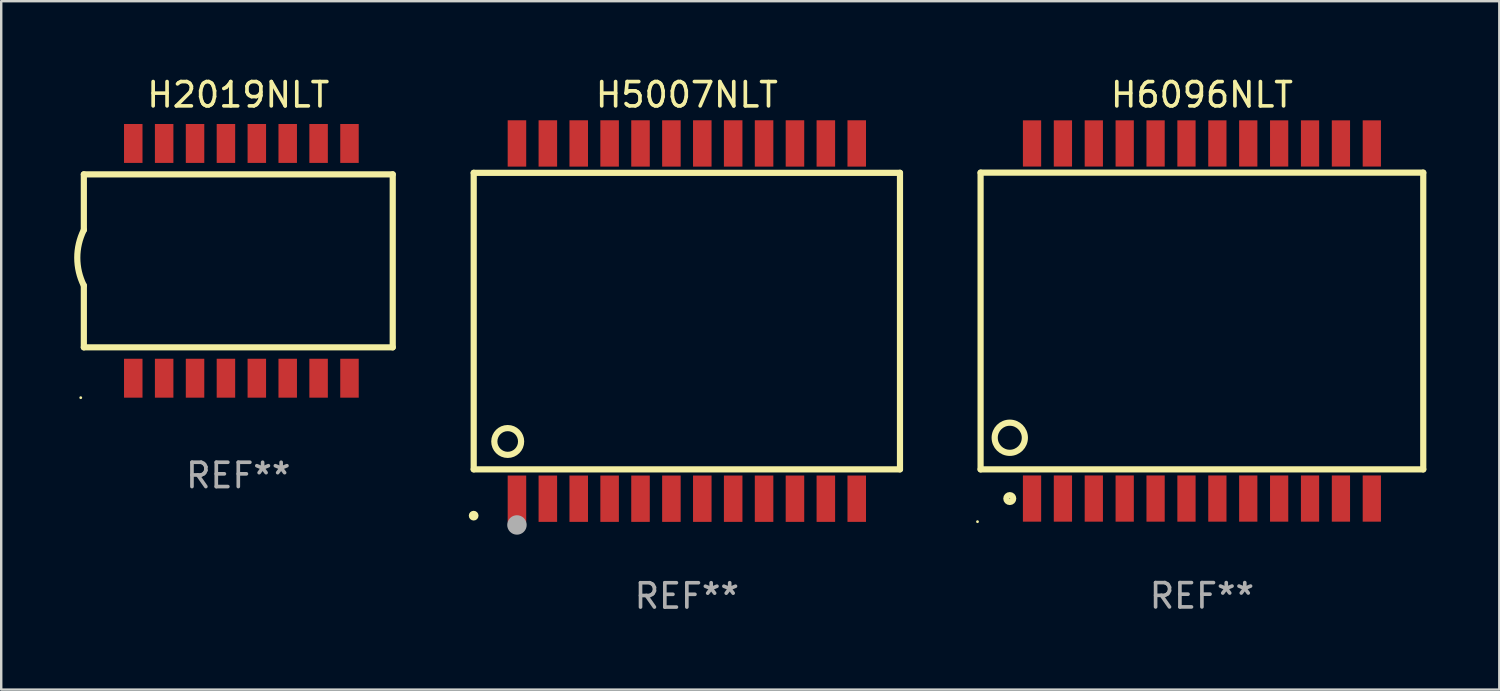
<source format=kicad_pcb>
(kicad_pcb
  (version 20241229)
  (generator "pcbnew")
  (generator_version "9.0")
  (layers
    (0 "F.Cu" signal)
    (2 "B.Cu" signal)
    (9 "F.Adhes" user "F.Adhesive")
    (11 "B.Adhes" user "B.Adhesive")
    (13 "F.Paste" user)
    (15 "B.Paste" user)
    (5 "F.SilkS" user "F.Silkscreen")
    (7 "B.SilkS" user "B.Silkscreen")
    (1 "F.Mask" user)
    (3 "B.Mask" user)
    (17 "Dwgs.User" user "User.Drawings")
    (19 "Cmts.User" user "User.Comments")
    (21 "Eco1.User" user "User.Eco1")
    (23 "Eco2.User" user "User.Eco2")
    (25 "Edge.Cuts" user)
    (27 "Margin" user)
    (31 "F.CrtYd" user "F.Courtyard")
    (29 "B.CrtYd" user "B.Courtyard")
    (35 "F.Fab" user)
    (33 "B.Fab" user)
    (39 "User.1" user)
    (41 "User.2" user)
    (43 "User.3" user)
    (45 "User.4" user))
  (footprint "H6096NLT"
    (layer "F.Cu")
    (at 46.366 10.148)
    (property "Reference" "H6096NLT" (at 0 -9.3 0) (layer "F.SilkS") (effects (font (size 1 1) (thickness 0.15))))
    (attr through_hole)
    (fp_line (start -9.1 -6.1) (end -9.1 6.1) (stroke (width 0.254) (type solid)) (layer "F.SilkS"))
    (fp_line (start -9.1 -6.1) (end 9.1 -6.1) (stroke (width 0.254) (type solid)) (layer "F.SilkS"))
    (fp_line (start -9.1 6.1) (end 9.1 6.1) (stroke (width 0.254) (type solid)) (layer "F.SilkS"))
    (fp_line (start 9.1 -6.1) (end 9.1 6.1) (stroke (width 0.254) (type solid)) (layer "F.SilkS"))
    (fp_circle (center -9.227 8.25) (end -9.197 8.25) (stroke (width 0.06) (type solid)) (fill no) (layer "F.SilkS"))
    (fp_circle (center -7.9 4.8) (end -7.28 4.8) (stroke (width 0.254) (type solid)) (fill no) (layer "F.SilkS"))
    (fp_circle (center -7.9 7.3) (end -7.759 7.3) (stroke (width 0.254) (type solid)) (fill no) (layer "F.SilkS"))
    (fp_text user "REF**" (at 0 11.3 0) (layer "F.Fab") (effects (font (size 1 1) (thickness 0.15))))
    (pad "1" smd rect (at -6.985 7.3 90) (size 1.9 0.75) (layers "F.Cu" "F.Mask" "F.Paste"))
    (pad "2" smd rect (at -5.715 7.3 90) (size 1.9 0.75) (layers "F.Cu" "F.Mask" "F.Paste"))
    (pad "3" smd rect (at -4.445 7.3 90) (size 1.9 0.75) (layers "F.Cu" "F.Mask" "F.Paste"))
    (pad "4" smd rect (at -3.175 7.3 90) (size 1.9 0.75) (layers "F.Cu" "F.Mask" "F.Paste"))
    (pad "5" smd rect (at -1.905 7.3 90) (size 1.9 0.75) (layers "F.Cu" "F.Mask" "F.Paste"))
    (pad "6" smd rect (at -0.635 7.3 90) (size 1.9 0.75) (layers "F.Cu" "F.Mask" "F.Paste"))
    (pad "7" smd rect (at 0.635 7.3 90) (size 1.9 0.75) (layers "F.Cu" "F.Mask" "F.Paste"))
    (pad "8" smd rect (at 1.905 7.3 90) (size 1.9 0.75) (layers "F.Cu" "F.Mask" "F.Paste"))
    (pad "9" smd rect (at 3.175 7.3 90) (size 1.9 0.75) (layers "F.Cu" "F.Mask" "F.Paste"))
    (pad "10" smd rect (at 4.445 7.3 90) (size 1.9 0.75) (layers "F.Cu" "F.Mask" "F.Paste"))
    (pad "11" smd rect (at 5.715 7.3 90) (size 1.9 0.75) (layers "F.Cu" "F.Mask" "F.Paste"))
    (pad "12" smd rect (at 6.985 7.3 90) (size 1.9 0.75) (layers "F.Cu" "F.Mask" "F.Paste"))
    (pad "13" smd rect (at 6.985 -7.3 90) (size 1.9 0.75) (layers "F.Cu" "F.Mask" "F.Paste"))
    (pad "14" smd rect (at 5.715 -7.3 90) (size 1.9 0.75) (layers "F.Cu" "F.Mask" "F.Paste"))
    (pad "15" smd rect (at 4.445 -7.3 90) (size 1.9 0.75) (layers "F.Cu" "F.Mask" "F.Paste"))
    (pad "16" smd rect (at 3.175 -7.3 90) (size 1.9 0.75) (layers "F.Cu" "F.Mask" "F.Paste"))
    (pad "17" smd rect (at 1.905 -7.3 90) (size 1.9 0.75) (layers "F.Cu" "F.Mask" "F.Paste"))
    (pad "18" smd rect (at 0.635 -7.3 90) (size 1.9 0.75) (layers "F.Cu" "F.Mask" "F.Paste"))
    (pad "19" smd rect (at -0.635 -7.3 90) (size 1.9 0.75) (layers "F.Cu" "F.Mask" "F.Paste"))
    (pad "20" smd rect (at -1.905 -7.3 90) (size 1.9 0.75) (layers "F.Cu" "F.Mask" "F.Paste"))
    (pad "21" smd rect (at -3.175 -7.3 90) (size 1.9 0.75) (layers "F.Cu" "F.Mask" "F.Paste"))
    (pad "22" smd rect (at -4.445 -7.3 90) (size 1.9 0.75) (layers "F.Cu" "F.Mask" "F.Paste"))
    (pad "23" smd rect (at -5.715 -7.3 90) (size 1.9 0.75) (layers "F.Cu" "F.Mask" "F.Paste"))
    (pad "24" smd rect (at -6.985 -7.3 90) (size 1.9 0.75) (layers "F.Cu" "F.Mask" "F.Paste")))
  (footprint "H5007NLT"
    (layer "F.Cu")
    (at 25.189 10.151)
    (property "Reference" "H5007NLT" (at 0 -9.303 0) (layer "F.SilkS") (effects (font (size 1 1) (thickness 0.15))))
    (attr through_hole)
    (fp_line (start -8.763 6.096) (end -8.763 -6.096) (stroke (width 0.254) (type solid)) (layer "F.SilkS"))
    (fp_line (start 8.763 -6.096) (end -8.763 -6.096) (stroke (width 0.254) (type solid)) (layer "F.SilkS"))
    (fp_line (start 8.763 6.096) (end -8.763 6.096) (stroke (width 0.254) (type solid)) (layer "F.SilkS"))
    (fp_line (start 8.763 6.096) (end 8.763 -6.096) (stroke (width 0.254) (type solid)) (layer "F.SilkS"))
    (fp_circle (center -8.765 8) (end -8.665 8) (stroke (width 0.2) (type solid)) (fill no) (layer "F.SilkS"))
    (fp_circle (center -7.365 4.95) (end -6.814 4.95) (stroke (width 0.254) (type solid)) (fill no) (layer "F.SilkS"))
    (fp_circle (center -6.985 8.382) (end -6.785 8.382) (stroke (width 0.4) (type solid)) (fill no) (layer "F.Fab"))
    (fp_text user "REF**" (at 0 11.303 0) (layer "F.Fab") (effects (font (size 1 1) (thickness 0.15))))
    (pad "1" smd rect (at -6.985 7.303) (size 0.762 1.905) (layers "F.Cu" "F.Mask" "F.Paste"))
    (pad "2" smd rect (at -5.715 7.303) (size 0.762 1.905) (layers "F.Cu" "F.Mask" "F.Paste"))
    (pad "3" smd rect (at -4.445 7.303) (size 0.762 1.905) (layers "F.Cu" "F.Mask" "F.Paste"))
    (pad "4" smd rect (at -3.175 7.303) (size 0.762 1.905) (layers "F.Cu" "F.Mask" "F.Paste"))
    (pad "5" smd rect (at -1.905 7.303) (size 0.762 1.905) (layers "F.Cu" "F.Mask" "F.Paste"))
    (pad "6" smd rect (at -0.635 7.303) (size 0.762 1.905) (layers "F.Cu" "F.Mask" "F.Paste"))
    (pad "7" smd rect (at 0.635 7.303) (size 0.762 1.905) (layers "F.Cu" "F.Mask" "F.Paste"))
    (pad "8" smd rect (at 1.905 7.303) (size 0.762 1.905) (layers "F.Cu" "F.Mask" "F.Paste"))
    (pad "9" smd rect (at 3.175 7.303) (size 0.762 1.905) (layers "F.Cu" "F.Mask" "F.Paste"))
    (pad "10" smd rect (at 4.445 7.303) (size 0.762 1.905) (layers "F.Cu" "F.Mask" "F.Paste"))
    (pad "11" smd rect (at 5.715 7.303) (size 0.762 1.905) (layers "F.Cu" "F.Mask" "F.Paste"))
    (pad "12" smd rect (at 6.985 7.303) (size 0.762 1.905) (layers "F.Cu" "F.Mask" "F.Paste"))
    (pad "13" smd rect (at 6.985 -7.303) (size 0.762 1.905) (layers "F.Cu" "F.Mask" "F.Paste"))
    (pad "14" smd rect (at 5.715 -7.303) (size 0.762 1.905) (layers "F.Cu" "F.Mask" "F.Paste"))
    (pad "15" smd rect (at 4.445 -7.303) (size 0.762 1.905) (layers "F.Cu" "F.Mask" "F.Paste"))
    (pad "16" smd rect (at 3.175 -7.303) (size 0.762 1.905) (layers "F.Cu" "F.Mask" "F.Paste"))
    (pad "17" smd rect (at 1.905 -7.303) (size 0.762 1.905) (layers "F.Cu" "F.Mask" "F.Paste"))
    (pad "18" smd rect (at 0.635 -7.303) (size 0.762 1.905) (layers "F.Cu" "F.Mask" "F.Paste"))
    (pad "19" smd rect (at -0.635 -7.303) (size 0.762 1.905) (layers "F.Cu" "F.Mask" "F.Paste"))
    (pad "20" smd rect (at -1.905 -7.303) (size 0.762 1.905) (layers "F.Cu" "F.Mask" "F.Paste"))
    (pad "21" smd rect (at -3.175 -7.303) (size 0.762 1.905) (layers "F.Cu" "F.Mask" "F.Paste"))
    (pad "22" smd rect (at -4.445 -7.303) (size 0.762 1.905) (layers "F.Cu" "F.Mask" "F.Paste"))
    (pad "23" smd rect (at -5.715 -7.303) (size 0.762 1.905) (layers "F.Cu" "F.Mask" "F.Paste"))
    (pad "24" smd rect (at -6.985 -7.303) (size 0.762 1.905) (layers "F.Cu" "F.Mask" "F.Paste")))
  (footprint "H2019NLT"
    (layer "F.Cu")
    (at 6.747 7.674)
    (property "Reference" "H2019NLT" (at 0 -6.826 0) (layer "F.SilkS") (effects (font (size 1 1) (thickness 0.15))))
    (attr through_hole)
    (fp_line (start -6.35 -3.556) (end 6.35 -3.556) (stroke (width 0.254) (type solid)) (layer "F.SilkS"))
    (fp_line (start -6.35 -1.27) (end -6.35 -3.556) (stroke (width 0.254) (type solid)) (layer "F.SilkS"))
    (fp_line (start -6.35 3.556) (end -6.35 1.016) (stroke (width 0.254) (type solid)) (layer "F.SilkS"))
    (fp_line (start 6.35 -3.556) (end 6.35 3.556) (stroke (width 0.254) (type solid)) (layer "F.SilkS"))
    (fp_line (start 6.35 3.556) (end -6.35 3.556) (stroke (width 0.254) (type solid)) (layer "F.SilkS"))
    (fp_arc (start -6.350013 1.016002) (mid -6.619839 -0.127) (end -6.350013 -1.270003) (stroke (width 0.254001) (type solid)) (layer "F.SilkS"))
    (fp_circle (center -6.477 5.626) (end -6.447 5.626) (stroke (width 0.06) (type solid)) (fill no) (layer "F.SilkS"))
    (fp_text user "REF**" (at 0 8.826 0) (layer "F.Fab") (effects (font (size 1 1) (thickness 0.15))))
    (pad "1" smd rect (at -4.318 4.826) (size 0.76 1.6) (layers "F.Cu" "F.Mask" "F.Paste"))
    (pad "2" smd rect (at -3.048 4.826) (size 0.76 1.6) (layers "F.Cu" "F.Mask" "F.Paste"))
    (pad "3" smd rect (at -1.778 4.826) (size 0.76 1.6) (layers "F.Cu" "F.Mask" "F.Paste"))
    (pad "4" smd rect (at -0.508 4.826) (size 0.76 1.6) (layers "F.Cu" "F.Mask" "F.Paste"))
    (pad "5" smd rect (at 0.762 4.826) (size 0.76 1.6) (layers "F.Cu" "F.Mask" "F.Paste"))
    (pad "6" smd rect (at 2.032 4.826) (size 0.76 1.6) (layers "F.Cu" "F.Mask" "F.Paste"))
    (pad "7" smd rect (at 3.302 4.826) (size 0.76 1.6) (layers "F.Cu" "F.Mask" "F.Paste"))
    (pad "8" smd rect (at 4.572 4.826) (size 0.76 1.6) (layers "F.Cu" "F.Mask" "F.Paste"))
    (pad "9" smd rect (at 4.572 -4.826) (size 0.76 1.6) (layers "F.Cu" "F.Mask" "F.Paste"))
    (pad "10" smd rect (at 3.302 -4.826) (size 0.76 1.6) (layers "F.Cu" "F.Mask" "F.Paste"))
    (pad "11" smd rect (at 2.032 -4.826) (size 0.76 1.6) (layers "F.Cu" "F.Mask" "F.Paste"))
    (pad "12" smd rect (at 0.762 -4.826) (size 0.76 1.6) (layers "F.Cu" "F.Mask" "F.Paste"))
    (pad "13" smd rect (at -0.508 -4.826) (size 0.76 1.6) (layers "F.Cu" "F.Mask" "F.Paste"))
    (pad "14" smd rect (at -1.778 -4.826) (size 0.76 1.6) (layers "F.Cu" "F.Mask" "F.Paste"))
    (pad "15" smd rect (at -3.048 -4.826) (size 0.76 1.6) (layers "F.Cu" "F.Mask" "F.Paste"))
    (pad "16" smd rect (at -4.318 -4.826) (size 0.76 1.6) (layers "F.Cu" "F.Mask" "F.Paste")))
  (gr_rect
    (start -3 -3)
    (end 58.593 25.302)
    (stroke (width 0.1) (type default))
    (fill no)
    (layer "Edge.Cuts")))
</source>
